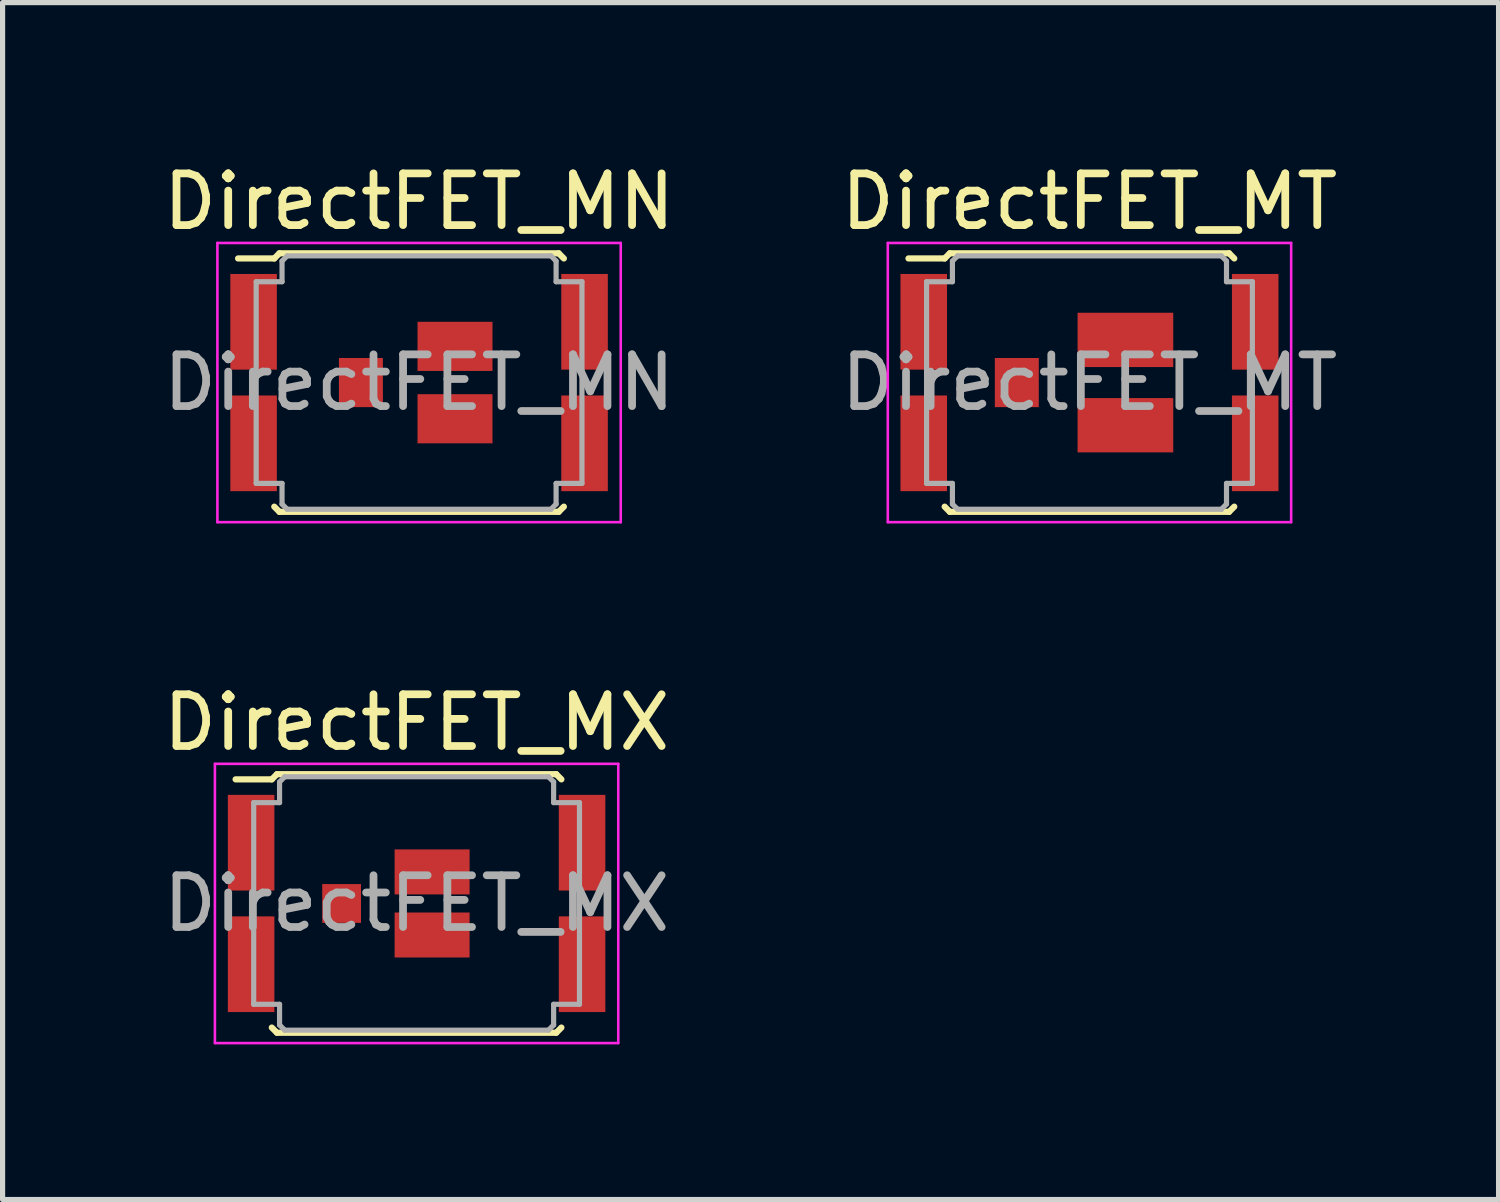
<source format=kicad_pcb>
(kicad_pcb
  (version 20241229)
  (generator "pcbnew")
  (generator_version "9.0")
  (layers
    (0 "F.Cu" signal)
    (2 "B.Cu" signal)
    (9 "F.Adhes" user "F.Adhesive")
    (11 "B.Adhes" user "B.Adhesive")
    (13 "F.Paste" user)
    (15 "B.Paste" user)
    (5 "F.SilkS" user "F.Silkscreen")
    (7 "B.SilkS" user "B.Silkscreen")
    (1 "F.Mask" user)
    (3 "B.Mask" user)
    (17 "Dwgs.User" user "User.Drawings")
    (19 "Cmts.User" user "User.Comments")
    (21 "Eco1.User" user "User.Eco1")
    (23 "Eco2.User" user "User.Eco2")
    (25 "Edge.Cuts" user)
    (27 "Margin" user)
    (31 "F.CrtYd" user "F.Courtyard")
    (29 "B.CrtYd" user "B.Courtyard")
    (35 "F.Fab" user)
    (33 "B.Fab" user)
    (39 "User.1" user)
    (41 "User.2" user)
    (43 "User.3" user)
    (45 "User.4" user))
  (footprint "DirectFET_MX"
    (layer "F.Cu")
    (at 5.006 14.421)
    (property "Reference" "DirectFET_MX" (at 0 -3.5 0) (layer "F.SilkS") (effects (font (size 1 1) (thickness 0.15))))
    (attr smd)
    (fp_line (start -3.5 -2.4) (end -2.8 -2.4) (stroke (width 0.12) (type solid)) (layer "F.SilkS"))
    (fp_line (start -2.8 -2.4) (end -2.7 -2.5) (stroke (width 0.12) (type solid)) (layer "F.SilkS"))
    (fp_line (start -2.7 -2.5) (end 2.7 -2.5) (stroke (width 0.12) (type solid)) (layer "F.SilkS"))
    (fp_line (start -2.7 2.5) (end -2.8 2.4) (stroke (width 0.12) (type solid)) (layer "F.SilkS"))
    (fp_line (start 2.7 -2.5) (end 2.8 -2.4) (stroke (width 0.12) (type solid)) (layer "F.SilkS"))
    (fp_line (start 2.7 2.5) (end -2.7 2.5) (stroke (width 0.12) (type solid)) (layer "F.SilkS"))
    (fp_line (start 2.8 2.4) (end 2.7 2.5) (stroke (width 0.12) (type solid)) (layer "F.SilkS"))
    (fp_line (start -3.9 -2.7) (end -3.9 2.7) (stroke (width 0.05) (type solid)) (layer "F.CrtYd"))
    (fp_line (start -3.9 2.7) (end 3.9 2.7) (stroke (width 0.05) (type solid)) (layer "F.CrtYd"))
    (fp_line (start 3.9 -2.7) (end -3.9 -2.7) (stroke (width 0.05) (type solid)) (layer "F.CrtYd"))
    (fp_line (start 3.9 2.7) (end 3.9 -2.7) (stroke (width 0.05) (type solid)) (layer "F.CrtYd"))
    (fp_line (start -3.15 -1.95) (end -2.65 -1.95) (stroke (width 0.1) (type solid)) (layer "F.Fab"))
    (fp_line (start -3.15 1.95) (end -3.15 -1.95) (stroke (width 0.1) (type solid)) (layer "F.Fab"))
    (fp_line (start -3.15 1.95) (end -2.65 1.95) (stroke (width 0.1) (type solid)) (layer "F.Fab"))
    (fp_line (start -2.65 -2.35) (end -2.55 -2.45) (stroke (width 0.1) (type solid)) (layer "F.Fab"))
    (fp_line (start -2.65 -1.95) (end -2.65 -2.35) (stroke (width 0.1) (type solid)) (layer "F.Fab"))
    (fp_line (start -2.65 1.95) (end -2.65 2.35) (stroke (width 0.1) (type solid)) (layer "F.Fab"))
    (fp_line (start -2.65 2.35) (end -2.55 2.45) (stroke (width 0.1) (type solid)) (layer "F.Fab"))
    (fp_line (start -2.55 2.45) (end 2.55 2.45) (stroke (width 0.1) (type solid)) (layer "F.Fab"))
    (fp_line (start 2.55 -2.45) (end -2.55 -2.45) (stroke (width 0.1) (type solid)) (layer "F.Fab"))
    (fp_line (start 2.55 -2.45) (end 2.65 -2.35) (stroke (width 0.1) (type solid)) (layer "F.Fab"))
    (fp_line (start 2.65 -2.35) (end 2.65 -1.95) (stroke (width 0.1) (type solid)) (layer "F.Fab"))
    (fp_line (start 2.65 -1.95) (end 3.15 -1.95) (stroke (width 0.1) (type solid)) (layer "F.Fab"))
    (fp_line (start 2.65 1.95) (end 2.65 2.35) (stroke (width 0.1) (type solid)) (layer "F.Fab"))
    (fp_line (start 2.65 2.35) (end 2.55 2.45) (stroke (width 0.1) (type solid)) (layer "F.Fab"))
    (fp_line (start 3.15 -1.95) (end 3.15 1.95) (stroke (width 0.1) (type solid)) (layer "F.Fab"))
    (fp_line (start 3.15 1.95) (end 2.65 1.95) (stroke (width 0.1) (type solid)) (layer "F.Fab"))
    (fp_text user "${REFERENCE}" (at 0 0 0) (layer "F.Fab") (effects (font (size 1 1) (thickness 0.15))))
    (pad "1" smd rect (at -3.2 -1.175) (size 0.9 1.85) (layers "F.Cu" "F.Mask" "F.Paste"))
    (pad "1" smd rect (at -3.2 1.175) (size 0.9 1.85) (layers "F.Cu" "F.Mask" "F.Paste"))
    (pad "1" smd rect (at 3.2 -1.175) (size 0.9 1.85) (layers "F.Cu" "F.Mask" "F.Paste"))
    (pad "1" smd rect (at 3.2 1.175) (size 0.9 1.85) (layers "F.Cu" "F.Mask" "F.Paste"))
    (pad "2" smd rect (at -1.45 0) (size 0.75 0.75) (layers "F.Cu" "F.Mask" "F.Paste"))
    (pad "3" smd rect (at 0.3 -0.61) (size 1.45 0.87) (layers "F.Cu" "F.Mask" "F.Paste"))
    (pad "3" smd rect (at 0.3 0.61) (size 1.45 0.87) (layers "F.Cu" "F.Mask" "F.Paste")))
  (footprint "DirectFET_MN"
    (layer "F.Cu")
    (at 5.054 4.348)
    (property "Reference" "DirectFET_MN" (at 0 -3.5 0) (layer "F.SilkS") (effects (font (size 1 1) (thickness 0.15))))
    (attr smd)
    (fp_line (start -3.5 -2.4) (end -2.8 -2.4) (stroke (width 0.12) (type solid)) (layer "F.SilkS"))
    (fp_line (start -2.8 -2.4) (end -2.7 -2.5) (stroke (width 0.12) (type solid)) (layer "F.SilkS"))
    (fp_line (start -2.7 -2.5) (end 2.7 -2.5) (stroke (width 0.12) (type solid)) (layer "F.SilkS"))
    (fp_line (start -2.7 2.5) (end -2.8 2.4) (stroke (width 0.12) (type solid)) (layer "F.SilkS"))
    (fp_line (start 2.7 -2.5) (end 2.8 -2.4) (stroke (width 0.12) (type solid)) (layer "F.SilkS"))
    (fp_line (start 2.7 2.5) (end -2.7 2.5) (stroke (width 0.12) (type solid)) (layer "F.SilkS"))
    (fp_line (start 2.8 2.4) (end 2.7 2.5) (stroke (width 0.12) (type solid)) (layer "F.SilkS"))
    (fp_line (start -3.9 -2.7) (end -3.9 2.7) (stroke (width 0.05) (type solid)) (layer "F.CrtYd"))
    (fp_line (start -3.9 2.7) (end 3.9 2.7) (stroke (width 0.05) (type solid)) (layer "F.CrtYd"))
    (fp_line (start 3.9 -2.7) (end -3.9 -2.7) (stroke (width 0.05) (type solid)) (layer "F.CrtYd"))
    (fp_line (start 3.9 2.7) (end 3.9 -2.7) (stroke (width 0.05) (type solid)) (layer "F.CrtYd"))
    (fp_line (start -3.15 -1.95) (end -2.65 -1.95) (stroke (width 0.1) (type solid)) (layer "F.Fab"))
    (fp_line (start -3.15 1.95) (end -3.15 -1.95) (stroke (width 0.1) (type solid)) (layer "F.Fab"))
    (fp_line (start -3.15 1.95) (end -2.65 1.95) (stroke (width 0.1) (type solid)) (layer "F.Fab"))
    (fp_line (start -2.65 -2.35) (end -2.55 -2.45) (stroke (width 0.1) (type solid)) (layer "F.Fab"))
    (fp_line (start -2.65 -1.95) (end -2.65 -2.35) (stroke (width 0.1) (type solid)) (layer "F.Fab"))
    (fp_line (start -2.65 1.95) (end -2.65 2.35) (stroke (width 0.1) (type solid)) (layer "F.Fab"))
    (fp_line (start -2.65 2.35) (end -2.55 2.45) (stroke (width 0.1) (type solid)) (layer "F.Fab"))
    (fp_line (start -2.55 2.45) (end 2.55 2.45) (stroke (width 0.1) (type solid)) (layer "F.Fab"))
    (fp_line (start 2.55 -2.45) (end -2.55 -2.45) (stroke (width 0.1) (type solid)) (layer "F.Fab"))
    (fp_line (start 2.55 -2.45) (end 2.65 -2.35) (stroke (width 0.1) (type solid)) (layer "F.Fab"))
    (fp_line (start 2.65 -2.35) (end 2.65 -1.95) (stroke (width 0.1) (type solid)) (layer "F.Fab"))
    (fp_line (start 2.65 -1.95) (end 3.15 -1.95) (stroke (width 0.1) (type solid)) (layer "F.Fab"))
    (fp_line (start 2.65 1.95) (end 2.65 2.35) (stroke (width 0.1) (type solid)) (layer "F.Fab"))
    (fp_line (start 2.65 2.35) (end 2.55 2.45) (stroke (width 0.1) (type solid)) (layer "F.Fab"))
    (fp_line (start 3.15 -1.95) (end 3.15 1.95) (stroke (width 0.1) (type solid)) (layer "F.Fab"))
    (fp_line (start 3.15 1.95) (end 2.65 1.95) (stroke (width 0.1) (type solid)) (layer "F.Fab"))
    (fp_text user "${REFERENCE}" (at 0 0 0) (layer "F.Fab") (effects (font (size 1 1) (thickness 0.15))))
    (pad "1" smd rect (at -3.2 -1.175) (size 0.9 1.85) (layers "F.Cu" "F.Mask" "F.Paste"))
    (pad "1" smd rect (at -3.2 1.175) (size 0.9 1.85) (layers "F.Cu" "F.Mask" "F.Paste"))
    (pad "1" smd rect (at 3.2 -1.175) (size 0.9 1.85) (layers "F.Cu" "F.Mask" "F.Paste"))
    (pad "1" smd rect (at 3.2 1.175) (size 0.9 1.85) (layers "F.Cu" "F.Mask" "F.Paste"))
    (pad "2" smd rect (at -1.125 0) (size 0.85 0.95) (layers "F.Cu" "F.Mask" "F.Paste"))
    (pad "3" smd rect (at 0.695 -0.7) (size 1.45 0.95) (layers "F.Cu" "F.Mask" "F.Paste"))
    (pad "3" smd rect (at 0.695 0.7) (size 1.45 0.95) (layers "F.Cu" "F.Mask" "F.Paste")))
  (footprint "DirectFET_MT"
    (layer "F.Cu")
    (at 18.018 4.348)
    (property "Reference" "DirectFET_MT" (at 0 -3.5 0) (layer "F.SilkS") (effects (font (size 1 1) (thickness 0.15))))
    (attr smd)
    (fp_line (start -3.5 -2.4) (end -2.8 -2.4) (stroke (width 0.12) (type solid)) (layer "F.SilkS"))
    (fp_line (start -2.8 -2.4) (end -2.7 -2.5) (stroke (width 0.12) (type solid)) (layer "F.SilkS"))
    (fp_line (start -2.7 -2.5) (end 2.7 -2.5) (stroke (width 0.12) (type solid)) (layer "F.SilkS"))
    (fp_line (start -2.7 2.5) (end -2.8 2.4) (stroke (width 0.12) (type solid)) (layer "F.SilkS"))
    (fp_line (start 2.7 -2.5) (end 2.8 -2.4) (stroke (width 0.12) (type solid)) (layer "F.SilkS"))
    (fp_line (start 2.7 2.5) (end -2.7 2.5) (stroke (width 0.12) (type solid)) (layer "F.SilkS"))
    (fp_line (start 2.8 2.4) (end 2.7 2.5) (stroke (width 0.12) (type solid)) (layer "F.SilkS"))
    (fp_line (start -3.9 -2.7) (end -3.9 2.7) (stroke (width 0.05) (type solid)) (layer "F.CrtYd"))
    (fp_line (start -3.9 2.7) (end 3.9 2.7) (stroke (width 0.05) (type solid)) (layer "F.CrtYd"))
    (fp_line (start 3.9 -2.7) (end -3.9 -2.7) (stroke (width 0.05) (type solid)) (layer "F.CrtYd"))
    (fp_line (start 3.9 2.7) (end 3.9 -2.7) (stroke (width 0.05) (type solid)) (layer "F.CrtYd"))
    (fp_line (start -3.15 -1.95) (end -2.65 -1.95) (stroke (width 0.1) (type solid)) (layer "F.Fab"))
    (fp_line (start -3.15 1.95) (end -3.15 -1.95) (stroke (width 0.1) (type solid)) (layer "F.Fab"))
    (fp_line (start -3.15 1.95) (end -2.65 1.95) (stroke (width 0.1) (type solid)) (layer "F.Fab"))
    (fp_line (start -2.65 -2.35) (end -2.55 -2.45) (stroke (width 0.1) (type solid)) (layer "F.Fab"))
    (fp_line (start -2.65 -1.95) (end -2.65 -2.35) (stroke (width 0.1) (type solid)) (layer "F.Fab"))
    (fp_line (start -2.65 1.95) (end -2.65 2.35) (stroke (width 0.1) (type solid)) (layer "F.Fab"))
    (fp_line (start -2.65 2.35) (end -2.55 2.45) (stroke (width 0.1) (type solid)) (layer "F.Fab"))
    (fp_line (start -2.55 2.45) (end 2.55 2.45) (stroke (width 0.1) (type solid)) (layer "F.Fab"))
    (fp_line (start 2.55 -2.45) (end -2.55 -2.45) (stroke (width 0.1) (type solid)) (layer "F.Fab"))
    (fp_line (start 2.55 -2.45) (end 2.65 -2.35) (stroke (width 0.1) (type solid)) (layer "F.Fab"))
    (fp_line (start 2.65 -2.35) (end 2.65 -1.95) (stroke (width 0.1) (type solid)) (layer "F.Fab"))
    (fp_line (start 2.65 -1.95) (end 3.15 -1.95) (stroke (width 0.1) (type solid)) (layer "F.Fab"))
    (fp_line (start 2.65 1.95) (end 2.65 2.35) (stroke (width 0.1) (type solid)) (layer "F.Fab"))
    (fp_line (start 2.65 2.35) (end 2.55 2.45) (stroke (width 0.1) (type solid)) (layer "F.Fab"))
    (fp_line (start 3.15 -1.95) (end 3.15 1.95) (stroke (width 0.1) (type solid)) (layer "F.Fab"))
    (fp_line (start 3.15 1.95) (end 2.65 1.95) (stroke (width 0.1) (type solid)) (layer "F.Fab"))
    (fp_text user "${REFERENCE}" (at 0 0 0) (layer "F.Fab") (effects (font (size 1 1) (thickness 0.15))))
    (pad "1" smd rect (at -3.205 -1.175) (size 0.9 1.85) (layers "F.Cu" "F.Mask" "F.Paste"))
    (pad "1" smd rect (at -3.205 1.175) (size 0.9 1.85) (layers "F.Cu" "F.Mask" "F.Paste"))
    (pad "1" smd rect (at 3.205 -1.175) (size 0.9 1.85) (layers "F.Cu" "F.Mask" "F.Paste"))
    (pad "1" smd rect (at 3.205 1.175) (size 0.9 1.85) (layers "F.Cu" "F.Mask" "F.Paste"))
    (pad "2" smd rect (at -1.405 0) (size 0.85 0.95) (layers "F.Cu" "F.Mask" "F.Paste"))
    (pad "3" smd rect (at 0.695 -0.825) (size 1.85 1.05) (layers "F.Cu" "F.Mask" "F.Paste"))
    (pad "3" smd rect (at 0.695 0.825) (size 1.85 1.05) (layers "F.Cu" "F.Mask" "F.Paste")))
  (gr_rect
    (start -3 -3)
    (end 25.929 20.146)
    (stroke (width 0.1) (type default))
    (fill no)
    (layer "Edge.Cuts")))
</source>
